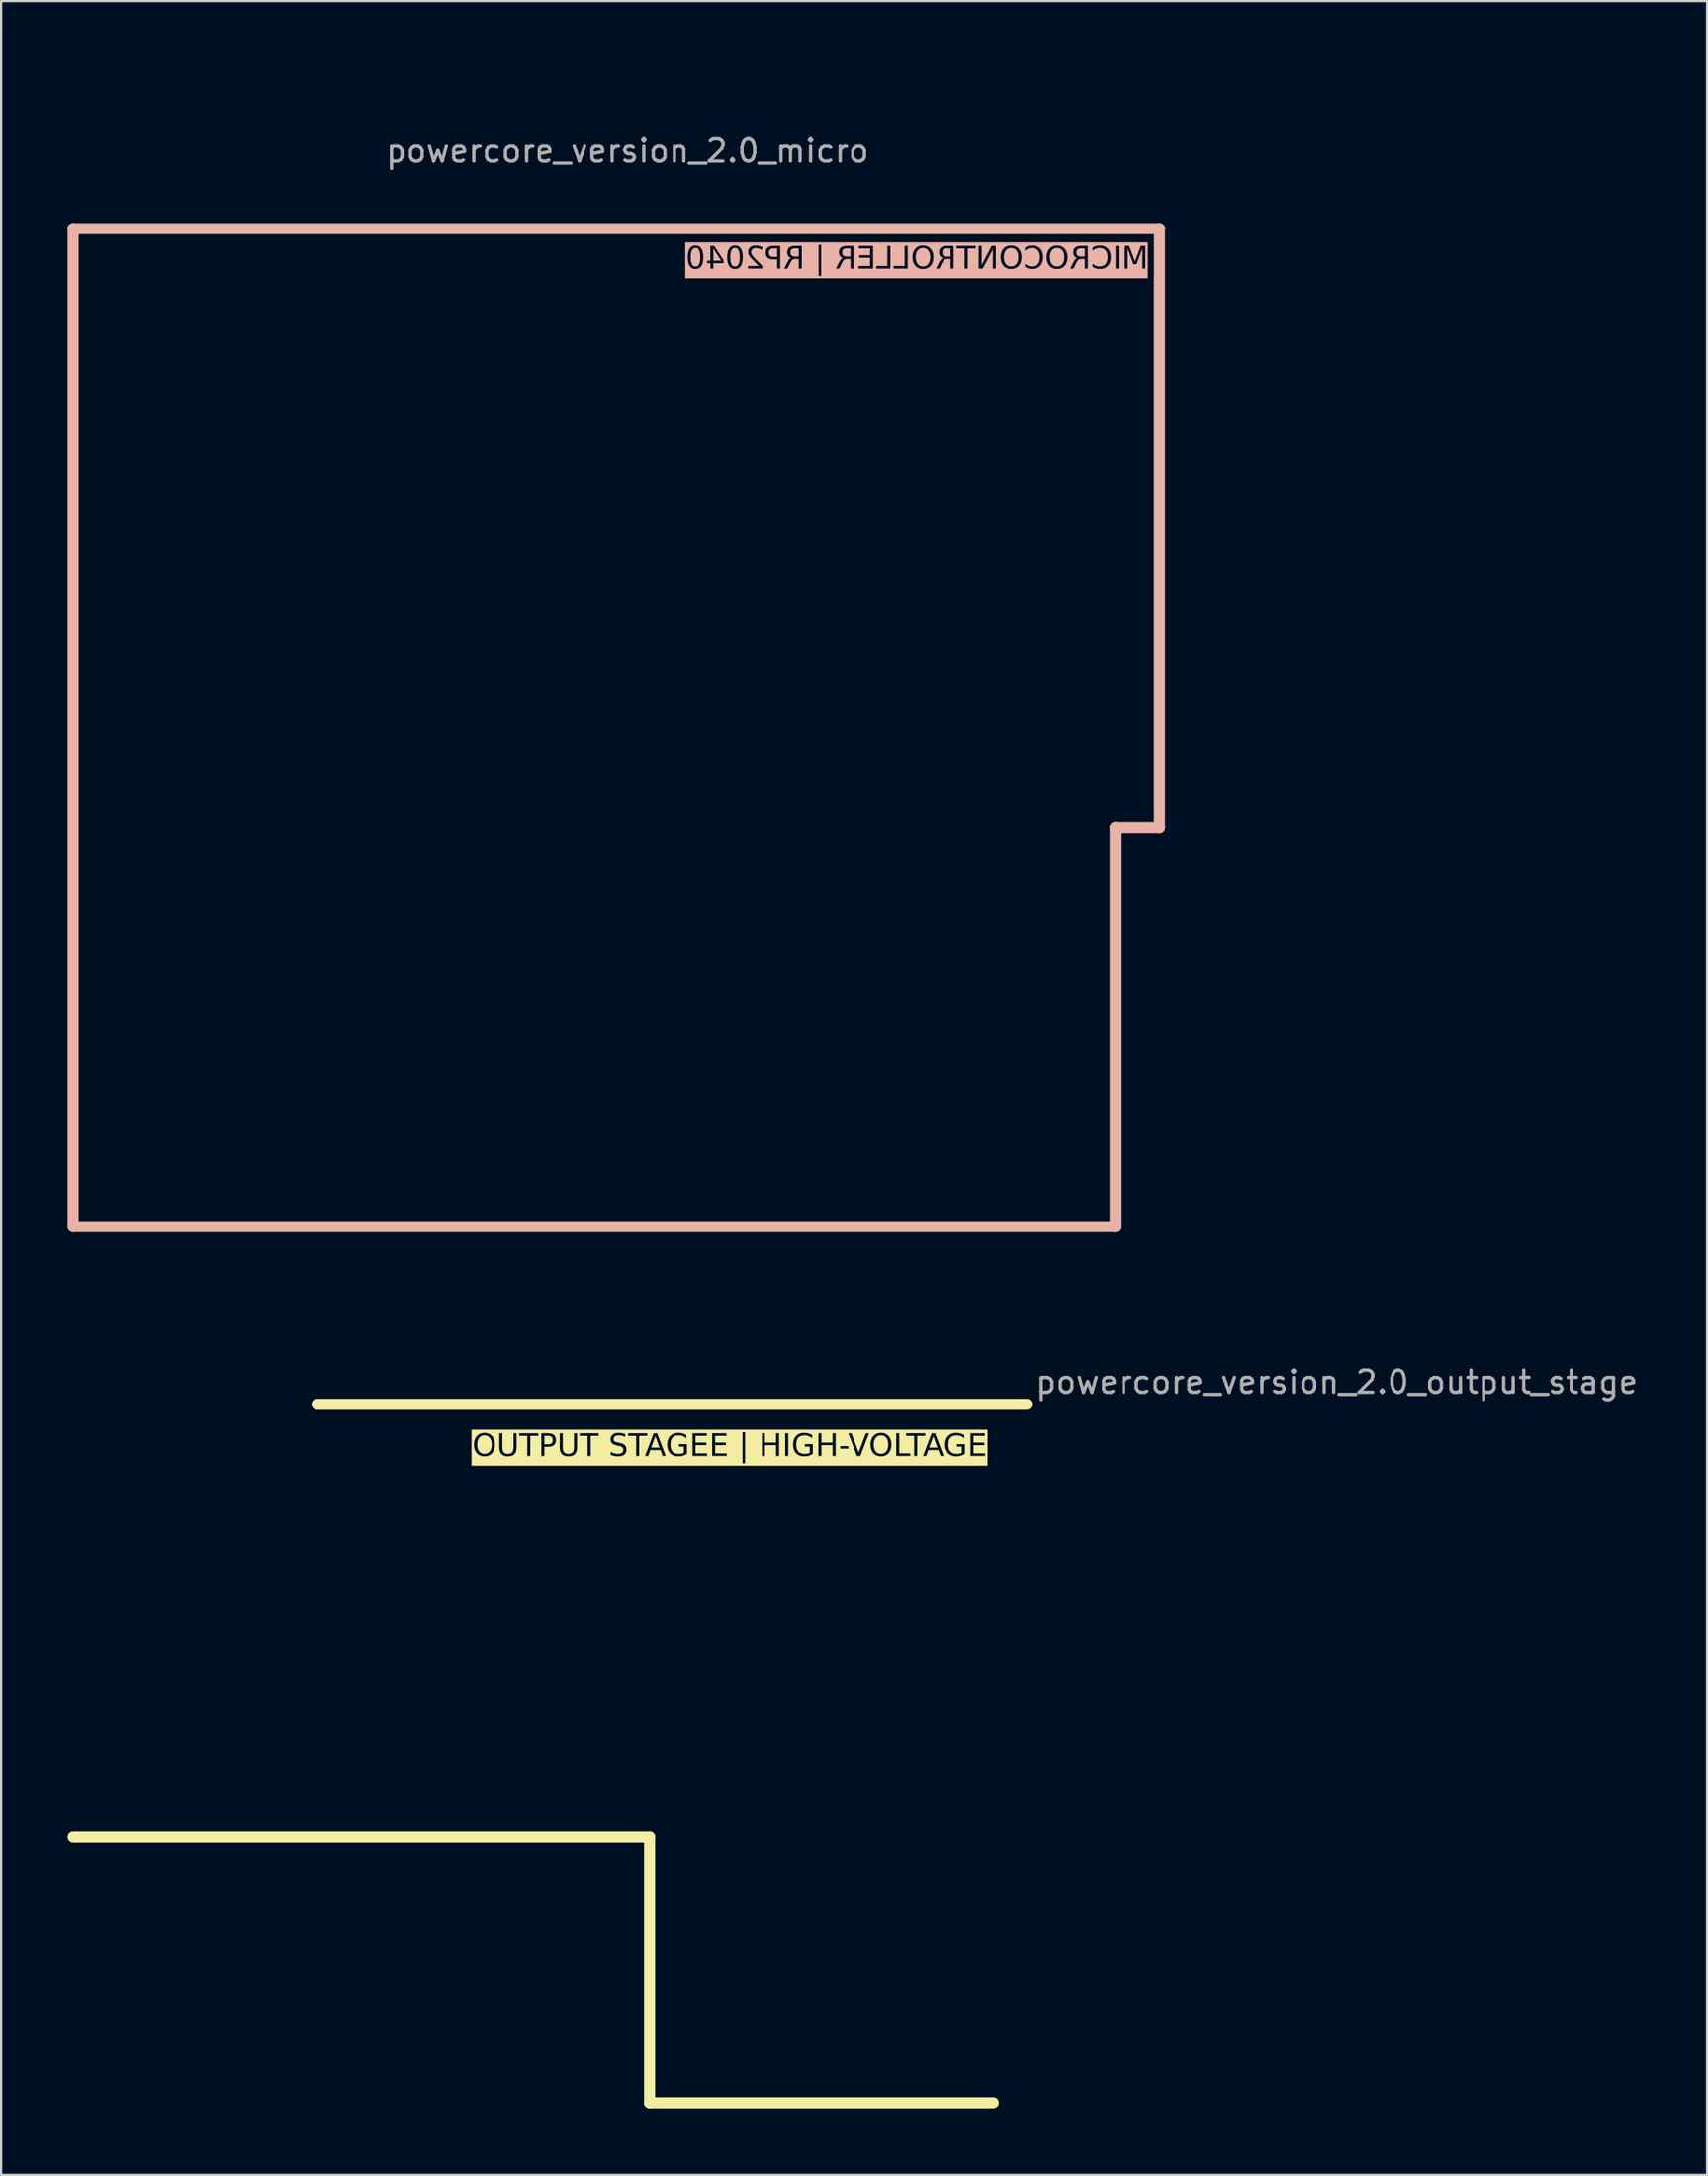
<source format=kicad_pcb>
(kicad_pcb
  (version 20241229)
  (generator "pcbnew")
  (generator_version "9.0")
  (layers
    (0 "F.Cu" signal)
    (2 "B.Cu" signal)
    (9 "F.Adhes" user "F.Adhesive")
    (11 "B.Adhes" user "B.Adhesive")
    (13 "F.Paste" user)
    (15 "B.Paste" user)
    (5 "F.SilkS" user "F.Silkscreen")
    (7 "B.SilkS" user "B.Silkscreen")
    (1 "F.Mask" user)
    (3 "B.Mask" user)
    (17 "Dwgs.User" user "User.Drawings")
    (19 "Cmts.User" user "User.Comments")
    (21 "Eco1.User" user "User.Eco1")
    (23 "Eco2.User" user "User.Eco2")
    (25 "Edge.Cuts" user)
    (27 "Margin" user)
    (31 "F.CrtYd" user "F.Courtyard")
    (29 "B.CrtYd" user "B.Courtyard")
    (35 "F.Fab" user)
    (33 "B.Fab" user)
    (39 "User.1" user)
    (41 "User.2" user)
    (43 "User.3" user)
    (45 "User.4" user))
  (footprint "powercore_version_2.0_micro"
    (layer "F.Cu")
    (at 49.25 52.261)
    (property "Reference" "powercore_version_2.0_micro" (at -24 -51.5 0) (unlocked yes) (layer "User.1") (effects (font (size 1 1) (thickness 0.1))))
    (attr smd)
    (fp_line (start -49 -45) (end 0 -45) (stroke (width 0.5) (type default)) (layer "B.SilkS"))
    (fp_line (start -49 0) (end -49 -45) (stroke (width 0.5) (type default)) (layer "B.SilkS"))
    (fp_line (start -49 0) (end -2 0) (stroke (width 0.5) (type default)) (layer "B.SilkS"))
    (fp_line (start -2 0) (end -2 -18) (stroke (width 0.5) (type default)) (layer "B.SilkS"))
    (fp_line (start 0 -18) (end -2 -18) (stroke (width 0.5) (type default)) (layer "B.SilkS"))
    (fp_line (start 0 -18) (end 0 -45) (stroke (width 0.5) (type default)) (layer "B.SilkS"))
    (fp_text user "MICROCONTROLLER | RP2040" (at -0.5 -44.2 0) (unlocked yes) (layer "B.SilkS" knockout) (effects (font (face "Bahnschrift") (size 1 1) (thickness 0.1)) (justify left top mirror)))
    (fp_text user "${REFERENCE}" (at -24 -48.5 0) (unlocked yes) (layer "F.Fab") (effects (font (size 1 1) (thickness 0.15)))))
  (footprint "powercore_version_2.0_output_stage"
    (layer "F.Cu")
    (at 43.25 60.271)
    (property "Reference" "powercore_version_2.0_output_stage" (at 14 -4 0) (unlocked yes) (layer "User.1") (effects (font (size 1 1) (thickness 0.1))))
    (attr smd)
    (fp_line (start -43 19.5) (end -17 19.5) (stroke (width 0.5) (type default)) (layer "F.SilkS"))
    (fp_line (start -17 19.5) (end -17 31.5) (stroke (width 0.5) (type default)) (layer "F.SilkS"))
    (fp_line (start -17 31.5) (end -1.5 31.5) (stroke (width 0.5) (type default)) (layer "F.SilkS"))
    (fp_line (start 0 0) (end -32 0) (stroke (width 0.5) (type default)) (layer "F.SilkS"))
    (fp_text user "OUTPUT STAGEE | HIGH-VOLTAGE" (at -25 2.5 0) (unlocked yes) (layer "F.SilkS" knockout) (effects (font (face "Bahnschrift") (size 1 1) (thickness 0.1)) (justify left bottom)))
    (fp_text user "${REFERENCE}" (at 14 -1 0) (unlocked yes) (layer "F.Fab") (effects (font (size 1 1) (thickness 0.15)))))
  (gr_rect
    (start -3 -3)
    (end 73.946 95.021)
    (stroke (width 0.1) (type default))
    (fill no)
    (layer "Edge.Cuts")))
</source>
